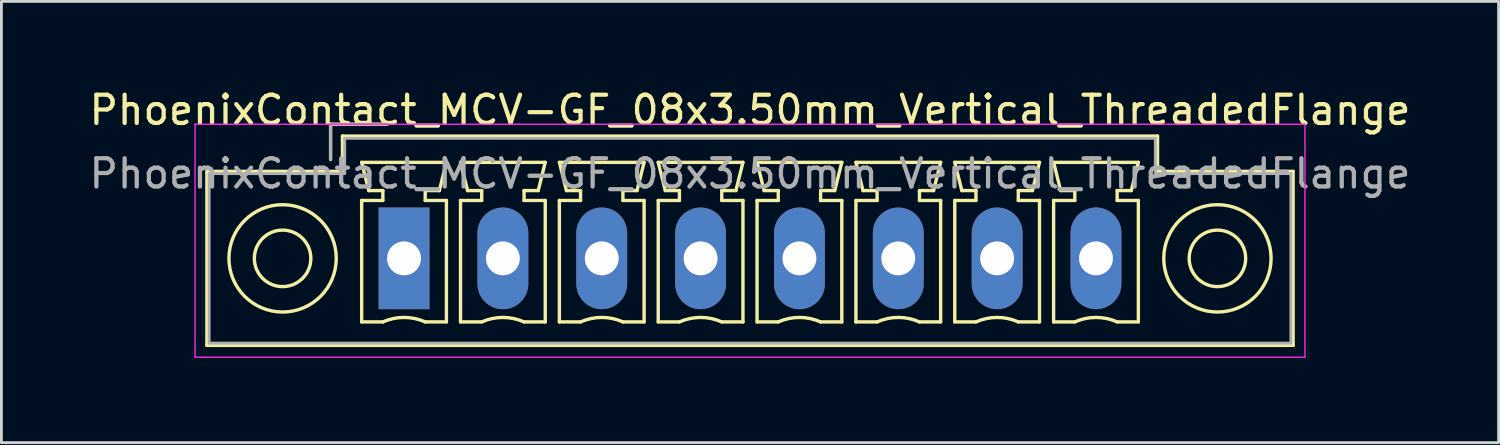
<source format=kicad_pcb>
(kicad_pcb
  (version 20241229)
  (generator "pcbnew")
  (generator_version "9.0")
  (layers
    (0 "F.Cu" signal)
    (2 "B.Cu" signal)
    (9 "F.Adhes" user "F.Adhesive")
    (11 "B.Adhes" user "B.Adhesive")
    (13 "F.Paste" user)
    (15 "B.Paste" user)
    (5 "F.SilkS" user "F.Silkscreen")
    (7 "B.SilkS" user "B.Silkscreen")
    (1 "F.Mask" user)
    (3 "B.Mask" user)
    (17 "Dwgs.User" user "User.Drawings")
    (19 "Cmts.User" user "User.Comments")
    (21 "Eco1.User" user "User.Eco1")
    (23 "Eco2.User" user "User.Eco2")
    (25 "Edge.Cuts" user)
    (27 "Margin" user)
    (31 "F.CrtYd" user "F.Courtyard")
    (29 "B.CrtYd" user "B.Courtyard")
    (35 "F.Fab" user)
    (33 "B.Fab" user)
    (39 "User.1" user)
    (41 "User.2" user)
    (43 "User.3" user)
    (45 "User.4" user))
  (footprint "PhoenixContact_MCV-GF_08x3.50mm_Vertical_ThreadedFlange"
    (layer "F.Cu")
    (at 11.256 6.098)
    (property "Reference" "PhoenixContact_MCV-GF_08x3.50mm_Vertical_ThreadedFlange" (at 12.25 -5.25 0) (layer "F.SilkS") (effects (font (size 1 1) (thickness 0.15))))
    (attr through_hole)
    (fp_line (start -6.98 -3.08) (end -6.98 3.08) (stroke (width 0.12) (type solid)) (layer "F.SilkS"))
    (fp_line (start -6.98 3.08) (end 31.48 3.08) (stroke (width 0.12) (type solid)) (layer "F.SilkS"))
    (fp_line (start -2.6 -4.75) (end -0.6 -4.75) (stroke (width 0.12) (type solid)) (layer "F.SilkS"))
    (fp_line (start -2.6 -3.5) (end -2.6 -4.75) (stroke (width 0.12) (type solid)) (layer "F.SilkS"))
    (fp_line (start -2.18 -4.33) (end -2.18 -3.08) (stroke (width 0.12) (type solid)) (layer "F.SilkS"))
    (fp_line (start -2.18 -3.08) (end -6.98 -3.08) (stroke (width 0.12) (type solid)) (layer "F.SilkS"))
    (fp_line (start -1.5 -3.4) (end 1.5 -3.4) (stroke (width 0.12) (type solid)) (layer "F.SilkS"))
    (fp_line (start -1.5 -2.05) (end -0.75 -2.05) (stroke (width 0.12) (type solid)) (layer "F.SilkS"))
    (fp_line (start -1.5 2.25) (end -1.5 -2.05) (stroke (width 0.12) (type solid)) (layer "F.SilkS"))
    (fp_line (start -1.25 -2.4) (end -1.5 -3.4) (stroke (width 0.12) (type solid)) (layer "F.SilkS"))
    (fp_line (start -0.75 -2.4) (end -1.25 -2.4) (stroke (width 0.12) (type solid)) (layer "F.SilkS"))
    (fp_line (start -0.75 -2.05) (end -0.75 -2.4) (stroke (width 0.12) (type solid)) (layer "F.SilkS"))
    (fp_line (start -0.75 2.25) (end -1.5 2.25) (stroke (width 0.12) (type solid)) (layer "F.SilkS"))
    (fp_line (start 0.75 -2.4) (end 0.75 -2.05) (stroke (width 0.12) (type solid)) (layer "F.SilkS"))
    (fp_line (start 0.75 -2.05) (end 1.5 -2.05) (stroke (width 0.12) (type solid)) (layer "F.SilkS"))
    (fp_line (start 1.25 -2.4) (end 0.75 -2.4) (stroke (width 0.12) (type solid)) (layer "F.SilkS"))
    (fp_line (start 1.5 -3.4) (end 1.25 -2.4) (stroke (width 0.12) (type solid)) (layer "F.SilkS"))
    (fp_line (start 1.5 -2.05) (end 1.5 2.25) (stroke (width 0.12) (type solid)) (layer "F.SilkS"))
    (fp_line (start 1.5 2.25) (end 0.75 2.25) (stroke (width 0.12) (type solid)) (layer "F.SilkS"))
    (fp_line (start 2 -3.4) (end 5 -3.4) (stroke (width 0.12) (type solid)) (layer "F.SilkS"))
    (fp_line (start 2 -2.05) (end 2.75 -2.05) (stroke (width 0.12) (type solid)) (layer "F.SilkS"))
    (fp_line (start 2 2.25) (end 2 -2.05) (stroke (width 0.12) (type solid)) (layer "F.SilkS"))
    (fp_line (start 2.25 -2.4) (end 2 -3.4) (stroke (width 0.12) (type solid)) (layer "F.SilkS"))
    (fp_line (start 2.75 -2.4) (end 2.25 -2.4) (stroke (width 0.12) (type solid)) (layer "F.SilkS"))
    (fp_line (start 2.75 -2.05) (end 2.75 -2.4) (stroke (width 0.12) (type solid)) (layer "F.SilkS"))
    (fp_line (start 2.75 2.25) (end 2 2.25) (stroke (width 0.12) (type solid)) (layer "F.SilkS"))
    (fp_line (start 4.25 -2.4) (end 4.25 -2.05) (stroke (width 0.12) (type solid)) (layer "F.SilkS"))
    (fp_line (start 4.25 -2.05) (end 5 -2.05) (stroke (width 0.12) (type solid)) (layer "F.SilkS"))
    (fp_line (start 4.75 -2.4) (end 4.25 -2.4) (stroke (width 0.12) (type solid)) (layer "F.SilkS"))
    (fp_line (start 5 -3.4) (end 4.75 -2.4) (stroke (width 0.12) (type solid)) (layer "F.SilkS"))
    (fp_line (start 5 -2.05) (end 5 2.25) (stroke (width 0.12) (type solid)) (layer "F.SilkS"))
    (fp_line (start 5 2.25) (end 4.25 2.25) (stroke (width 0.12) (type solid)) (layer "F.SilkS"))
    (fp_line (start 5.5 -3.4) (end 8.5 -3.4) (stroke (width 0.12) (type solid)) (layer "F.SilkS"))
    (fp_line (start 5.5 -2.05) (end 6.25 -2.05) (stroke (width 0.12) (type solid)) (layer "F.SilkS"))
    (fp_line (start 5.5 2.25) (end 5.5 -2.05) (stroke (width 0.12) (type solid)) (layer "F.SilkS"))
    (fp_line (start 5.75 -2.4) (end 5.5 -3.4) (stroke (width 0.12) (type solid)) (layer "F.SilkS"))
    (fp_line (start 6.25 -2.4) (end 5.75 -2.4) (stroke (width 0.12) (type solid)) (layer "F.SilkS"))
    (fp_line (start 6.25 -2.05) (end 6.25 -2.4) (stroke (width 0.12) (type solid)) (layer "F.SilkS"))
    (fp_line (start 6.25 2.25) (end 5.5 2.25) (stroke (width 0.12) (type solid)) (layer "F.SilkS"))
    (fp_line (start 7.75 -2.4) (end 7.75 -2.05) (stroke (width 0.12) (type solid)) (layer "F.SilkS"))
    (fp_line (start 7.75 -2.05) (end 8.5 -2.05) (stroke (width 0.12) (type solid)) (layer "F.SilkS"))
    (fp_line (start 8.25 -2.4) (end 7.75 -2.4) (stroke (width 0.12) (type solid)) (layer "F.SilkS"))
    (fp_line (start 8.5 -3.4) (end 8.25 -2.4) (stroke (width 0.12) (type solid)) (layer "F.SilkS"))
    (fp_line (start 8.5 -2.05) (end 8.5 2.25) (stroke (width 0.12) (type solid)) (layer "F.SilkS"))
    (fp_line (start 8.5 2.25) (end 7.75 2.25) (stroke (width 0.12) (type solid)) (layer "F.SilkS"))
    (fp_line (start 9 -3.4) (end 12 -3.4) (stroke (width 0.12) (type solid)) (layer "F.SilkS"))
    (fp_line (start 9 -2.05) (end 9.75 -2.05) (stroke (width 0.12) (type solid)) (layer "F.SilkS"))
    (fp_line (start 9 2.25) (end 9 -2.05) (stroke (width 0.12) (type solid)) (layer "F.SilkS"))
    (fp_line (start 9.25 -2.4) (end 9 -3.4) (stroke (width 0.12) (type solid)) (layer "F.SilkS"))
    (fp_line (start 9.75 -2.4) (end 9.25 -2.4) (stroke (width 0.12) (type solid)) (layer "F.SilkS"))
    (fp_line (start 9.75 -2.05) (end 9.75 -2.4) (stroke (width 0.12) (type solid)) (layer "F.SilkS"))
    (fp_line (start 9.75 2.25) (end 9 2.25) (stroke (width 0.12) (type solid)) (layer "F.SilkS"))
    (fp_line (start 11.25 -2.4) (end 11.25 -2.05) (stroke (width 0.12) (type solid)) (layer "F.SilkS"))
    (fp_line (start 11.25 -2.05) (end 12 -2.05) (stroke (width 0.12) (type solid)) (layer "F.SilkS"))
    (fp_line (start 11.75 -2.4) (end 11.25 -2.4) (stroke (width 0.12) (type solid)) (layer "F.SilkS"))
    (fp_line (start 12 -3.4) (end 11.75 -2.4) (stroke (width 0.12) (type solid)) (layer "F.SilkS"))
    (fp_line (start 12 -2.05) (end 12 2.25) (stroke (width 0.12) (type solid)) (layer "F.SilkS"))
    (fp_line (start 12 2.25) (end 11.25 2.25) (stroke (width 0.12) (type solid)) (layer "F.SilkS"))
    (fp_line (start 12.5 -3.4) (end 15.5 -3.4) (stroke (width 0.12) (type solid)) (layer "F.SilkS"))
    (fp_line (start 12.5 -2.05) (end 13.25 -2.05) (stroke (width 0.12) (type solid)) (layer "F.SilkS"))
    (fp_line (start 12.5 2.25) (end 12.5 -2.05) (stroke (width 0.12) (type solid)) (layer "F.SilkS"))
    (fp_line (start 12.75 -2.4) (end 12.5 -3.4) (stroke (width 0.12) (type solid)) (layer "F.SilkS"))
    (fp_line (start 13.25 -2.4) (end 12.75 -2.4) (stroke (width 0.12) (type solid)) (layer "F.SilkS"))
    (fp_line (start 13.25 -2.05) (end 13.25 -2.4) (stroke (width 0.12) (type solid)) (layer "F.SilkS"))
    (fp_line (start 13.25 2.25) (end 12.5 2.25) (stroke (width 0.12) (type solid)) (layer "F.SilkS"))
    (fp_line (start 14.75 -2.4) (end 14.75 -2.05) (stroke (width 0.12) (type solid)) (layer "F.SilkS"))
    (fp_line (start 14.75 -2.05) (end 15.5 -2.05) (stroke (width 0.12) (type solid)) (layer "F.SilkS"))
    (fp_line (start 15.25 -2.4) (end 14.75 -2.4) (stroke (width 0.12) (type solid)) (layer "F.SilkS"))
    (fp_line (start 15.5 -3.4) (end 15.25 -2.4) (stroke (width 0.12) (type solid)) (layer "F.SilkS"))
    (fp_line (start 15.5 -2.05) (end 15.5 2.25) (stroke (width 0.12) (type solid)) (layer "F.SilkS"))
    (fp_line (start 15.5 2.25) (end 14.75 2.25) (stroke (width 0.12) (type solid)) (layer "F.SilkS"))
    (fp_line (start 16 -3.4) (end 19 -3.4) (stroke (width 0.12) (type solid)) (layer "F.SilkS"))
    (fp_line (start 16 -2.05) (end 16.75 -2.05) (stroke (width 0.12) (type solid)) (layer "F.SilkS"))
    (fp_line (start 16 2.25) (end 16 -2.05) (stroke (width 0.12) (type solid)) (layer "F.SilkS"))
    (fp_line (start 16.25 -2.4) (end 16 -3.4) (stroke (width 0.12) (type solid)) (layer "F.SilkS"))
    (fp_line (start 16.75 -2.4) (end 16.25 -2.4) (stroke (width 0.12) (type solid)) (layer "F.SilkS"))
    (fp_line (start 16.75 -2.05) (end 16.75 -2.4) (stroke (width 0.12) (type solid)) (layer "F.SilkS"))
    (fp_line (start 16.75 2.25) (end 16 2.25) (stroke (width 0.12) (type solid)) (layer "F.SilkS"))
    (fp_line (start 18.25 -2.4) (end 18.25 -2.05) (stroke (width 0.12) (type solid)) (layer "F.SilkS"))
    (fp_line (start 18.25 -2.05) (end 19 -2.05) (stroke (width 0.12) (type solid)) (layer "F.SilkS"))
    (fp_line (start 18.75 -2.4) (end 18.25 -2.4) (stroke (width 0.12) (type solid)) (layer "F.SilkS"))
    (fp_line (start 19 -3.4) (end 18.75 -2.4) (stroke (width 0.12) (type solid)) (layer "F.SilkS"))
    (fp_line (start 19 -2.05) (end 19 2.25) (stroke (width 0.12) (type solid)) (layer "F.SilkS"))
    (fp_line (start 19 2.25) (end 18.25 2.25) (stroke (width 0.12) (type solid)) (layer "F.SilkS"))
    (fp_line (start 19.5 -3.4) (end 22.5 -3.4) (stroke (width 0.12) (type solid)) (layer "F.SilkS"))
    (fp_line (start 19.5 -2.05) (end 20.25 -2.05) (stroke (width 0.12) (type solid)) (layer "F.SilkS"))
    (fp_line (start 19.5 2.25) (end 19.5 -2.05) (stroke (width 0.12) (type solid)) (layer "F.SilkS"))
    (fp_line (start 19.75 -2.4) (end 19.5 -3.4) (stroke (width 0.12) (type solid)) (layer "F.SilkS"))
    (fp_line (start 20.25 -2.4) (end 19.75 -2.4) (stroke (width 0.12) (type solid)) (layer "F.SilkS"))
    (fp_line (start 20.25 -2.05) (end 20.25 -2.4) (stroke (width 0.12) (type solid)) (layer "F.SilkS"))
    (fp_line (start 20.25 2.25) (end 19.5 2.25) (stroke (width 0.12) (type solid)) (layer "F.SilkS"))
    (fp_line (start 21.75 -2.4) (end 21.75 -2.05) (stroke (width 0.12) (type solid)) (layer "F.SilkS"))
    (fp_line (start 21.75 -2.05) (end 22.5 -2.05) (stroke (width 0.12) (type solid)) (layer "F.SilkS"))
    (fp_line (start 22.25 -2.4) (end 21.75 -2.4) (stroke (width 0.12) (type solid)) (layer "F.SilkS"))
    (fp_line (start 22.5 -3.4) (end 22.25 -2.4) (stroke (width 0.12) (type solid)) (layer "F.SilkS"))
    (fp_line (start 22.5 -2.05) (end 22.5 2.25) (stroke (width 0.12) (type solid)) (layer "F.SilkS"))
    (fp_line (start 22.5 2.25) (end 21.75 2.25) (stroke (width 0.12) (type solid)) (layer "F.SilkS"))
    (fp_line (start 23 -3.4) (end 26 -3.4) (stroke (width 0.12) (type solid)) (layer "F.SilkS"))
    (fp_line (start 23 -2.05) (end 23.75 -2.05) (stroke (width 0.12) (type solid)) (layer "F.SilkS"))
    (fp_line (start 23 2.25) (end 23 -2.05) (stroke (width 0.12) (type solid)) (layer "F.SilkS"))
    (fp_line (start 23.25 -2.4) (end 23 -3.4) (stroke (width 0.12) (type solid)) (layer "F.SilkS"))
    (fp_line (start 23.75 -2.4) (end 23.25 -2.4) (stroke (width 0.12) (type solid)) (layer "F.SilkS"))
    (fp_line (start 23.75 -2.05) (end 23.75 -2.4) (stroke (width 0.12) (type solid)) (layer "F.SilkS"))
    (fp_line (start 23.75 2.25) (end 23 2.25) (stroke (width 0.12) (type solid)) (layer "F.SilkS"))
    (fp_line (start 25.25 -2.4) (end 25.25 -2.05) (stroke (width 0.12) (type solid)) (layer "F.SilkS"))
    (fp_line (start 25.25 -2.05) (end 26 -2.05) (stroke (width 0.12) (type solid)) (layer "F.SilkS"))
    (fp_line (start 25.75 -2.4) (end 25.25 -2.4) (stroke (width 0.12) (type solid)) (layer "F.SilkS"))
    (fp_line (start 26 -3.4) (end 25.75 -2.4) (stroke (width 0.12) (type solid)) (layer "F.SilkS"))
    (fp_line (start 26 -2.05) (end 26 2.25) (stroke (width 0.12) (type solid)) (layer "F.SilkS"))
    (fp_line (start 26 2.25) (end 25.25 2.25) (stroke (width 0.12) (type solid)) (layer "F.SilkS"))
    (fp_line (start 26.68 -4.33) (end -2.18 -4.33) (stroke (width 0.12) (type solid)) (layer "F.SilkS"))
    (fp_line (start 26.68 -3.08) (end 26.68 -4.33) (stroke (width 0.12) (type solid)) (layer "F.SilkS"))
    (fp_line (start 31.48 -3.08) (end 26.68 -3.08) (stroke (width 0.12) (type solid)) (layer "F.SilkS"))
    (fp_line (start 31.48 3.08) (end 31.48 -3.08) (stroke (width 0.12) (type solid)) (layer "F.SilkS"))
    (fp_arc (start -0.75 2.25) (mid -0.000193 2.09191) (end 0.749647 2.249844) (stroke (width 0.12) (type solid)) (layer "F.SilkS"))
    (fp_arc (start 2.75 2.25) (mid 3.499807 2.09191) (end 4.249647 2.249844) (stroke (width 0.12) (type solid)) (layer "F.SilkS"))
    (fp_arc (start 6.25 2.25) (mid 6.999807 2.09191) (end 7.749647 2.249844) (stroke (width 0.12) (type solid)) (layer "F.SilkS"))
    (fp_arc (start 9.75 2.25) (mid 10.499807 2.09191) (end 11.249647 2.249844) (stroke (width 0.12) (type solid)) (layer "F.SilkS"))
    (fp_arc (start 13.25 2.25) (mid 13.999807 2.09191) (end 14.749647 2.249844) (stroke (width 0.12) (type solid)) (layer "F.SilkS"))
    (fp_arc (start 16.75 2.25) (mid 17.499807 2.09191) (end 18.249647 2.249844) (stroke (width 0.12) (type solid)) (layer "F.SilkS"))
    (fp_arc (start 20.25 2.25) (mid 20.999807 2.09191) (end 21.749647 2.249844) (stroke (width 0.12) (type solid)) (layer "F.SilkS"))
    (fp_arc (start 23.75 2.25) (mid 24.499807 2.09191) (end 25.249647 2.249844) (stroke (width 0.12) (type solid)) (layer "F.SilkS"))
    (fp_circle (center -4.3 0) (end -3.3 0) (stroke (width 0.12) (type solid)) (fill no) (layer "F.SilkS"))
    (fp_circle (center -4.3 0) (end -2.4 0) (stroke (width 0.12) (type solid)) (fill no) (layer "F.SilkS"))
    (fp_circle (center 28.8 0) (end 29.8 0) (stroke (width 0.12) (type solid)) (fill no) (layer "F.SilkS"))
    (fp_circle (center 28.8 0) (end 30.7 0) (stroke (width 0.12) (type solid)) (fill no) (layer "F.SilkS"))
    (fp_line (start -7.4 -4.75) (end -7.4 3.5) (stroke (width 0.05) (type solid)) (layer "F.CrtYd"))
    (fp_line (start -7.4 3.5) (end 31.9 3.5) (stroke (width 0.05) (type solid)) (layer "F.CrtYd"))
    (fp_line (start 31.9 -4.75) (end -7.4 -4.75) (stroke (width 0.05) (type solid)) (layer "F.CrtYd"))
    (fp_line (start 31.9 3.5) (end 31.9 -4.75) (stroke (width 0.05) (type solid)) (layer "F.CrtYd"))
    (fp_line (start -6.9 -3) (end -6.9 3) (stroke (width 0.1) (type solid)) (layer "F.Fab"))
    (fp_line (start -6.9 3) (end 31.4 3) (stroke (width 0.1) (type solid)) (layer "F.Fab"))
    (fp_line (start -2.6 -4.75) (end -0.6 -4.75) (stroke (width 0.1) (type solid)) (layer "F.Fab"))
    (fp_line (start -2.6 -3.5) (end -2.6 -4.75) (stroke (width 0.1) (type solid)) (layer "F.Fab"))
    (fp_line (start -2.1 -4.25) (end -2.1 -3) (stroke (width 0.1) (type solid)) (layer "F.Fab"))
    (fp_line (start -2.1 -3) (end -6.9 -3) (stroke (width 0.1) (type solid)) (layer "F.Fab"))
    (fp_line (start 26.6 -4.25) (end -2.1 -4.25) (stroke (width 0.1) (type solid)) (layer "F.Fab"))
    (fp_line (start 26.6 -3) (end 26.6 -4.25) (stroke (width 0.1) (type solid)) (layer "F.Fab"))
    (fp_line (start 31.4 -3) (end 26.6 -3) (stroke (width 0.1) (type solid)) (layer "F.Fab"))
    (fp_line (start 31.4 3) (end 31.4 -3) (stroke (width 0.1) (type solid)) (layer "F.Fab"))
    (fp_text user "${REFERENCE}" (at 12.25 -3 0) (layer "F.Fab") (effects (font (size 1 1) (thickness 0.15))))
    (pad "1" thru_hole rect (at 0 0) (size 1.8 3.6) (drill 1.2) (layers "*.Cu" "*.Mask"))
    (pad "2" thru_hole oval (at 3.5 0) (size 1.8 3.6) (drill 1.2) (layers "*.Cu" "*.Mask"))
    (pad "3" thru_hole oval (at 7 0) (size 1.8 3.6) (drill 1.2) (layers "*.Cu" "*.Mask"))
    (pad "4" thru_hole oval (at 10.5 0) (size 1.8 3.6) (drill 1.2) (layers "*.Cu" "*.Mask"))
    (pad "5" thru_hole oval (at 14 0) (size 1.8 3.6) (drill 1.2) (layers "*.Cu" "*.Mask"))
    (pad "6" thru_hole oval (at 17.5 0) (size 1.8 3.6) (drill 1.2) (layers "*.Cu" "*.Mask"))
    (pad "7" thru_hole oval (at 21 0) (size 1.8 3.6) (drill 1.2) (layers "*.Cu" "*.Mask"))
    (pad "8" thru_hole oval (at 24.5 0) (size 1.8 3.6) (drill 1.2) (layers "*.Cu" "*.Mask")))
  (gr_rect
    (start -3 -3)
    (end 50.012 12.623)
    (stroke (width 0.1) (type default))
    (fill no)
    (layer "Edge.Cuts")))
</source>
